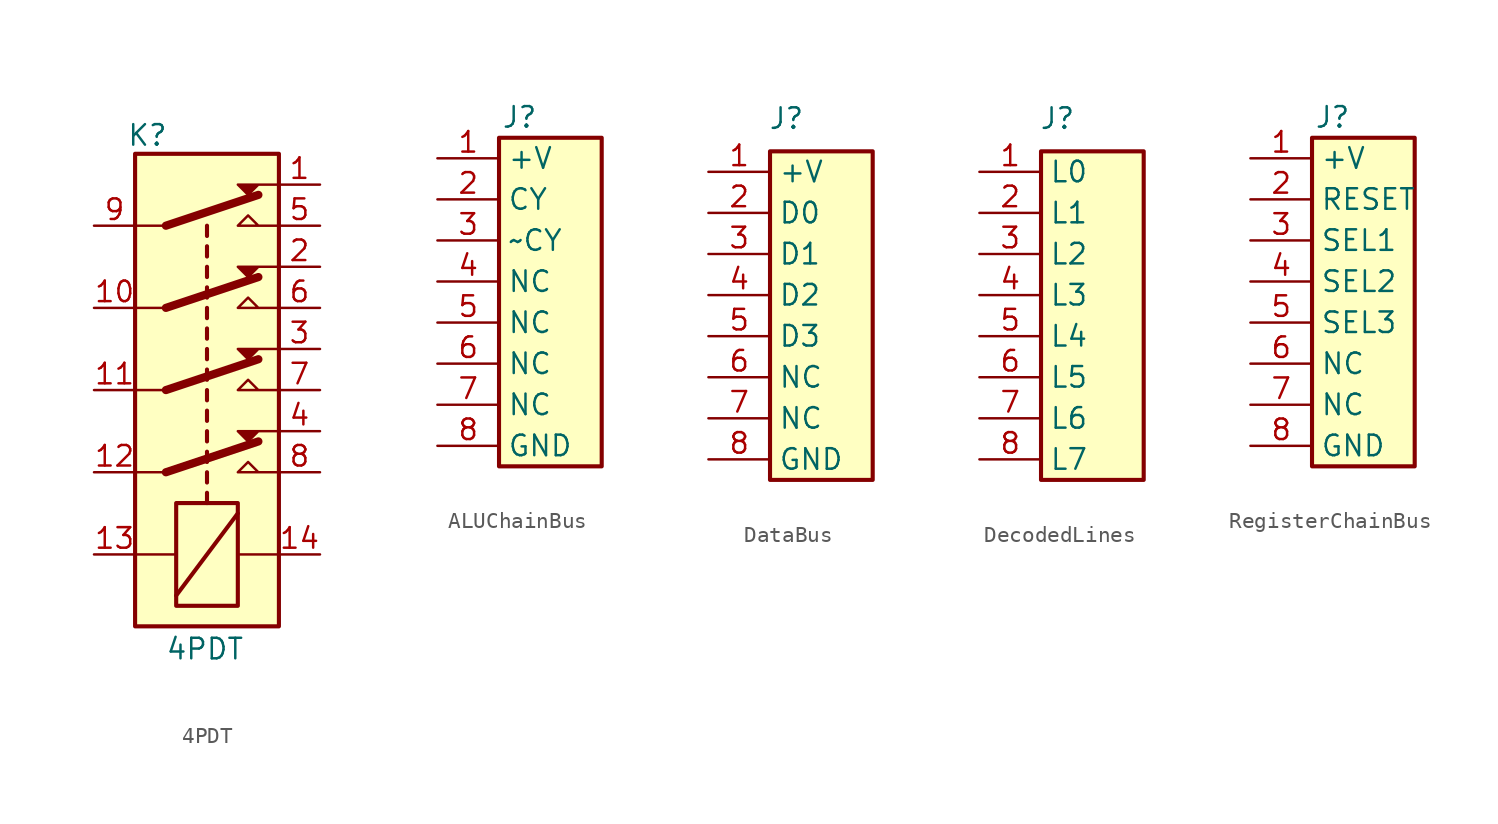
<source format=kicad_sym>
(kicad_symbol_lib
  (version 20231120)
  (generator "kicad_symbol_editor")
  (generator_version "8.0")
  (symbol "4PDT"
    (property "Reference" "K"
      (at 5.842 6.858 0)
      (effects (font (size 1.27 1.27))))
    (property "Value" "4PDT"
      (at 9.398 -24.892 0)
      (effects (font (size 1.27 1.27))))
    (symbol "4PDT_0_1"
      (polyline (pts (xy 5.08 -19.05) (xy 7.62 -19.05)) (stroke (width 0) (type default)) (fill (type none)))
      (polyline (pts (xy 5.08 -13.97) (xy 6.985 -13.97)) (stroke (width 0) (type default)) (fill (type none)))
      (polyline (pts (xy 5.08 -8.89) (xy 6.985 -8.89)) (stroke (width 0) (type default)) (fill (type none)))
      (polyline (pts (xy 5.08 -3.81) (xy 6.985 -3.81)) (stroke (width 0) (type default)) (fill (type none)))
      (polyline (pts (xy 5.08 1.27) (xy 6.985 1.27)) (stroke (width 0) (type default)) (fill (type none)))
      (polyline (pts (xy 6.985 -13.97) (xy 12.7 -12.065)) (stroke (width 0.508) (type default)) (fill (type none)))
      (polyline (pts (xy 6.985 -8.89) (xy 12.7 -6.985)) (stroke (width 0.508) (type default)) (fill (type none)))
      (polyline (pts (xy 6.985 -3.81) (xy 12.7 -1.905)) (stroke (width 0.508) (type default)) (fill (type none)))
      (polyline (pts (xy 6.985 1.27) (xy 12.7 3.175)) (stroke (width 0.508) (type default)) (fill (type none)))
      (polyline (pts (xy 7.62 -21.59) (xy 11.43 -16.51)) (stroke (width 0.254) (type default)) (fill (type none)))
      (polyline (pts (xy 9.525 -15.875) (xy 9.525 -15.24)) (stroke (width 0.254) (type default)) (fill (type none)))
      (polyline (pts (xy 9.525 -14.605) (xy 9.525 -13.97)) (stroke (width 0.254) (type default)) (fill (type none)))
      (polyline (pts (xy 9.525 -13.335) (xy 9.525 -12.7)) (stroke (width 0.254) (type default)) (fill (type none)))
      (polyline (pts (xy 9.525 -12.065) (xy 9.525 -11.43)) (stroke (width 0.254) (type default)) (fill (type none)))
      (polyline (pts (xy 9.525 -10.795) (xy 9.525 -10.16)) (stroke (width 0.254) (type default)) (fill (type none)))
      (polyline (pts (xy 9.525 -9.525) (xy 9.525 -8.89)) (stroke (width 0.254) (type default)) (fill (type none)))
      (polyline (pts (xy 9.525 -8.255) (xy 9.525 -7.62)) (stroke (width 0.254) (type default)) (fill (type none)))
      (polyline (pts (xy 9.525 -6.985) (xy 9.525 -6.35)) (stroke (width 0.254) (type default)) (fill (type none)))
      (polyline (pts (xy 9.525 -5.715) (xy 9.525 -5.08)) (stroke (width 0.254) (type default)) (fill (type none)))
      (polyline (pts (xy 9.525 -4.445) (xy 9.525 -3.81)) (stroke (width 0.254) (type default)) (fill (type none)))
      (polyline (pts (xy 9.525 -3.175) (xy 9.525 -2.54)) (stroke (width 0.254) (type default)) (fill (type none)))
      (polyline (pts (xy 9.525 -1.905) (xy 9.525 -1.27)) (stroke (width 0.254) (type default)) (fill (type none)))
      (polyline (pts (xy 9.525 -0.635) (xy 9.525 0)) (stroke (width 0.254) (type default)) (fill (type none)))
      (polyline (pts (xy 9.525 0.635) (xy 9.525 1.27)) (stroke (width 0.254) (type default)) (fill (type none)))
      (polyline (pts (xy 11.43 -19.05) (xy 13.97 -19.05)) (stroke (width 0) (type default)) (fill (type none)))
      (polyline (pts (xy 13.97 -13.97) (xy 11.43 -13.97) (xy 12.065 -13.335) (xy 12.7 -13.97)) (stroke (width 0) (type default)) (fill (type none)))
      (polyline (pts (xy 13.97 -11.43) (xy 11.43 -11.43) (xy 12.065 -12.065) (xy 12.7 -11.43)) (stroke (width 0) (type default)) (fill (type outline)))
      (polyline (pts (xy 13.97 -8.89) (xy 11.43 -8.89) (xy 12.065 -8.255) (xy 12.7 -8.89)) (stroke (width 0) (type default)) (fill (type none)))
      (polyline (pts (xy 13.97 -6.35) (xy 11.43 -6.35) (xy 12.065 -6.985) (xy 12.7 -6.35)) (stroke (width 0) (type default)) (fill (type outline)))
      (polyline (pts (xy 13.97 -3.81) (xy 11.43 -3.81) (xy 12.065 -3.175) (xy 12.7 -3.81)) (stroke (width 0) (type default)) (fill (type none)))
      (polyline (pts (xy 13.97 -1.27) (xy 11.43 -1.27) (xy 12.065 -1.905) (xy 12.7 -1.27)) (stroke (width 0) (type default)) (fill (type outline)))
      (polyline (pts (xy 13.97 1.27) (xy 11.43 1.27) (xy 12.065 1.905) (xy 12.7 1.27)) (stroke (width 0) (type default)) (fill (type none)))
      (polyline (pts (xy 13.97 3.81) (xy 11.43 3.81) (xy 12.065 3.175) (xy 12.7 3.81)) (stroke (width 0) (type default)) (fill (type outline)))
      (rectangle (start 5.08 5.715) (end 13.97 -23.495) (stroke (width 0.254) (type default)) (fill (type background))))
    (symbol "4PDT_1_1"
      (rectangle (start 11.43 -15.875) (end 7.62 -22.225) (stroke (width 0.254) (type default)) (fill (type none)))
      (pin passive line (at 16.51 3.81 180) (length 2.54) (name "" (effects (font (size 1.27 1.27)))) (number "1" (effects (font (size 1.27 1.27)))))
      (pin passive line (at 2.54 -3.81 0) (length 2.54) (name "" (effects (font (size 1.27 1.27)))) (number "10" (effects (font (size 1.27 1.27)))))
      (pin passive line (at 2.54 -8.89 0) (length 2.54) (name "" (effects (font (size 1.27 1.27)))) (number "11" (effects (font (size 1.27 1.27)))))
      (pin passive line (at 2.54 -13.97 0) (length 2.54) (name "" (effects (font (size 1.27 1.27)))) (number "12" (effects (font (size 1.27 1.27)))))
      (pin passive line (at 2.54 -19.05 0) (length 2.54) (name "" (effects (font (size 1.27 1.27)))) (number "13" (effects (font (size 1.27 1.27)))))
      (pin passive line (at 16.51 -19.05 180) (length 2.54) (name "" (effects (font (size 1.27 1.27)))) (number "14" (effects (font (size 1.27 1.27)))))
      (pin passive line (at 16.51 -1.27 180) (length 2.54) (name "" (effects (font (size 1.27 1.27)))) (number "2" (effects (font (size 1.27 1.27)))))
      (pin passive line (at 16.51 -6.35 180) (length 2.54) (name "" (effects (font (size 1.27 1.27)))) (number "3" (effects (font (size 1.27 1.27)))))
      (pin passive line (at 16.51 -11.43 180) (length 2.54) (name "" (effects (font (size 1.27 1.27)))) (number "4" (effects (font (size 1.27 1.27)))))
      (pin passive line (at 16.51 1.27 180) (length 2.54) (name "" (effects (font (size 1.27 1.27)))) (number "5" (effects (font (size 1.27 1.27)))))
      (pin passive line (at 16.51 -3.81 180) (length 2.54) (name "" (effects (font (size 1.27 1.27)))) (number "6" (effects (font (size 1.27 1.27)))))
      (pin passive line (at 16.51 -8.89 180) (length 2.54) (name "" (effects (font (size 1.27 1.27)))) (number "7" (effects (font (size 1.27 1.27)))))
      (pin passive line (at 16.51 -13.97 180) (length 2.54) (name "" (effects (font (size 1.27 1.27)))) (number "8" (effects (font (size 1.27 1.27)))))
      (pin passive line (at 2.54 1.27 0) (length 2.54) (name "" (effects (font (size 1.27 1.27)))) (number "9" (effects (font (size 1.27 1.27)))))))
  (symbol "ALUChainBus"
    (property "Reference" "J"
      (at 0 0 0)
      (effects (font (size 1.27 1.27))))
    (property "Value" ""
      (at 0 0 0)
      (effects (font (size 1.27 1.27))))
    (symbol "ALUChainBus_1_1"
      (rectangle (start -1.27 -1.27) (end 5.08 -21.59) (stroke (width 0.254) (type default)) (fill (type background)))
      (pin passive line (at -5.08 -2.54 0) (length 3.81) (name "+V" (effects (font (size 1.27 1.27)))) (number "1" (effects (font (size 1.27 1.27)))))
      (pin passive line (at -5.08 -5.08 0) (length 3.81) (name "CY" (effects (font (size 1.27 1.27)))) (number "2" (effects (font (size 1.27 1.27)))))
      (pin passive line (at -5.08 -7.62 0) (length 3.81) (name "~CY" (effects (font (size 1.27 1.27)))) (number "3" (effects (font (size 1.27 1.27)))))
      (pin passive line (at -5.08 -10.16 0) (length 3.81) (name "NC" (effects (font (size 1.27 1.27)))) (number "4" (effects (font (size 1.27 1.27)))))
      (pin passive line (at -5.08 -12.7 0) (length 3.81) (name "NC" (effects (font (size 1.27 1.27)))) (number "5" (effects (font (size 1.27 1.27)))))
      (pin passive line (at -5.08 -15.24 0) (length 3.81) (name "NC" (effects (font (size 1.27 1.27)))) (number "6" (effects (font (size 1.27 1.27)))))
      (pin passive line (at -5.08 -17.78 0) (length 3.81) (name "NC" (effects (font (size 1.27 1.27)))) (number "7" (effects (font (size 1.27 1.27)))))
      (pin passive line (at -5.08 -20.32 0) (length 3.81) (name "GND" (effects (font (size 1.27 1.27)))) (number "8" (effects (font (size 1.27 1.27)))))))
  (symbol "DataBus"
    (property "Reference" "J"
      (at 4.826 3.302 0)
      (effects (font (size 1.27 1.27))))
    (property "Value" ""
      (at 0 0 0)
      (effects (font (size 1.27 1.27))))
    (symbol "DataBus_1_1"
      (rectangle (start 3.81 1.27) (end 10.16 -19.05) (stroke (width 0.254) (type default)) (fill (type background)))
      (pin passive line (at 0 0 0) (length 3.81) (name "+V" (effects (font (size 1.27 1.27)))) (number "1" (effects (font (size 1.27 1.27)))))
      (pin passive line (at 0 -2.54 0) (length 3.81) (name "D0" (effects (font (size 1.27 1.27)))) (number "2" (effects (font (size 1.27 1.27)))))
      (pin passive line (at 0 -5.08 0) (length 3.81) (name "D1" (effects (font (size 1.27 1.27)))) (number "3" (effects (font (size 1.27 1.27)))))
      (pin passive line (at 0 -7.62 0) (length 3.81) (name "D2" (effects (font (size 1.27 1.27)))) (number "4" (effects (font (size 1.27 1.27)))))
      (pin passive line (at 0 -10.16 0) (length 3.81) (name "D3" (effects (font (size 1.27 1.27)))) (number "5" (effects (font (size 1.27 1.27)))))
      (pin passive line (at 0 -12.7 0) (length 3.81) (name "NC" (effects (font (size 1.27 1.27)))) (number "6" (effects (font (size 1.27 1.27)))))
      (pin passive line (at 0 -15.24 0) (length 3.81) (name "NC" (effects (font (size 1.27 1.27)))) (number "7" (effects (font (size 1.27 1.27)))))
      (pin passive line (at 0 -17.78 0) (length 3.81) (name "GND" (effects (font (size 1.27 1.27)))) (number "8" (effects (font (size 1.27 1.27)))))))
  (symbol "DecodedLines"
    (property "Reference" "J"
      (at 4.826 3.302 0)
      (effects (font (size 1.27 1.27))))
    (property "Value" ""
      (at 0 0 0)
      (effects (font (size 1.27 1.27))))
    (symbol "DecodedLines_1_1"
      (rectangle (start 3.81 1.27) (end 10.16 -19.05) (stroke (width 0.254) (type default)) (fill (type background)))
      (pin passive line (at 0 0 0) (length 3.81) (name "L0" (effects (font (size 1.27 1.27)))) (number "1" (effects (font (size 1.27 1.27)))))
      (pin passive line (at 0 -2.54 0) (length 3.81) (name "L1" (effects (font (size 1.27 1.27)))) (number "2" (effects (font (size 1.27 1.27)))))
      (pin passive line (at 0 -5.08 0) (length 3.81) (name "L2" (effects (font (size 1.27 1.27)))) (number "3" (effects (font (size 1.27 1.27)))))
      (pin passive line (at 0 -7.62 0) (length 3.81) (name "L3" (effects (font (size 1.27 1.27)))) (number "4" (effects (font (size 1.27 1.27)))))
      (pin passive line (at 0 -10.16 0) (length 3.81) (name "L4" (effects (font (size 1.27 1.27)))) (number "5" (effects (font (size 1.27 1.27)))))
      (pin passive line (at 0 -12.7 0) (length 3.81) (name "L5" (effects (font (size 1.27 1.27)))) (number "6" (effects (font (size 1.27 1.27)))))
      (pin passive line (at 0 -15.24 0) (length 3.81) (name "L6" (effects (font (size 1.27 1.27)))) (number "7" (effects (font (size 1.27 1.27)))))
      (pin passive line (at 0 -17.78 0) (length 3.81) (name "L7" (effects (font (size 1.27 1.27)))) (number "8" (effects (font (size 1.27 1.27)))))))
  (symbol "RegisterChainBus"
    (property "Reference" "J"
      (at 0 0 0)
      (effects (font (size 1.27 1.27))))
    (property "Value" ""
      (at 0 0 0)
      (effects (font (size 1.27 1.27))))
    (symbol "RegisterChainBus_1_1"
      (rectangle (start -1.27 -1.27) (end 5.08 -21.59) (stroke (width 0.254) (type default)) (fill (type background)))
      (pin passive line (at -5.08 -2.54 0) (length 3.81) (name "+V" (effects (font (size 1.27 1.27)))) (number "1" (effects (font (size 1.27 1.27)))))
      (pin passive line (at -5.08 -5.08 0) (length 3.81) (name "RESET" (effects (font (size 1.27 1.27)))) (number "2" (effects (font (size 1.27 1.27)))))
      (pin passive line (at -5.08 -7.62 0) (length 3.81) (name "SEL1" (effects (font (size 1.27 1.27)))) (number "3" (effects (font (size 1.27 1.27)))))
      (pin passive line (at -5.08 -10.16 0) (length 3.81) (name "SEL2" (effects (font (size 1.27 1.27)))) (number "4" (effects (font (size 1.27 1.27)))))
      (pin passive line (at -5.08 -12.7 0) (length 3.81) (name "SEL3" (effects (font (size 1.27 1.27)))) (number "5" (effects (font (size 1.27 1.27)))))
      (pin passive line (at -5.08 -15.24 0) (length 3.81) (name "NC" (effects (font (size 1.27 1.27)))) (number "6" (effects (font (size 1.27 1.27)))))
      (pin passive line (at -5.08 -17.78 0) (length 3.81) (name "NC" (effects (font (size 1.27 1.27)))) (number "7" (effects (font (size 1.27 1.27)))))
      (pin passive line (at -5.08 -20.32 0) (length 3.81) (name "GND" (effects (font (size 1.27 1.27)))) (number "8" (effects (font (size 1.27 1.27))))))))
</source>
